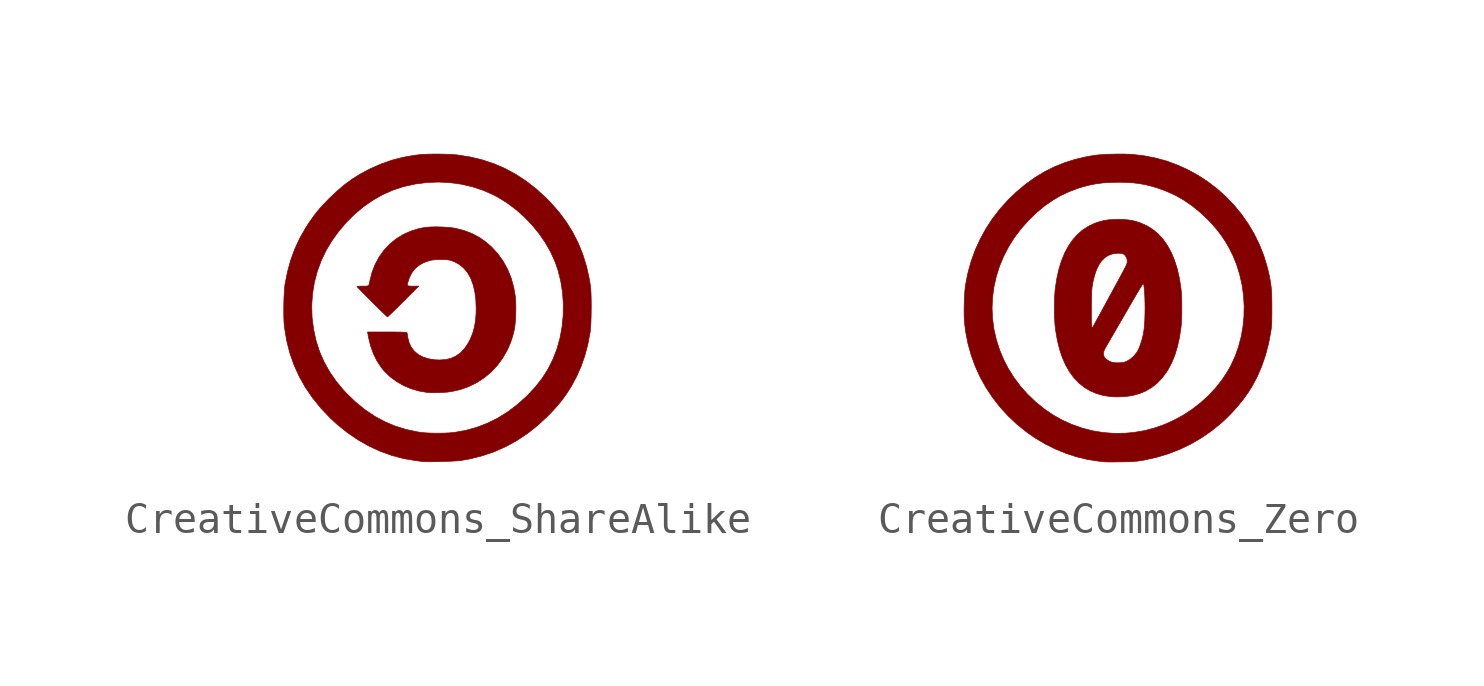
<source format=kicad_sym>
(kicad_symbol_lib
  (version 20211014)
  (generator kicad_symbol_editor)
  (symbol "CreativeCommons_ShareAlike"
    (pin_names
      (offset 1.016))
    (property "Reference" "G"
      (at 0 4.365 0)
      (effects (font (size 1.27 1.27)) hide))
    (symbol "CreativeCommons_ShareAlike_0_0"
      (polyline (pts (xy 0.015 -2.753) (xy 0.171 -2.746) (xy 0.319 -2.735) (xy 0.447 -2.718) (xy 0.447 -2.718) (xy 0.738 -2.653) (xy 1.014 -2.555) (xy 1.275 -2.426) (xy 1.518 -2.268) (xy 1.741 -2.082) (xy 1.94 -1.869) (xy 2.115 -1.632) (xy 2.263 -1.373) (xy 2.3 -1.295) (xy 2.379 -1.107) (xy 2.441 -0.918) (xy 2.493 -0.711) (xy 2.505 -0.64) (xy 2.52 -0.516) (xy 2.532 -0.371) (xy 2.54 -0.214) (xy 2.544 -0.054) (xy 2.543 0.101) (xy 2.538 0.242) (xy 2.529 0.359) (xy 2.475 0.669) (xy 2.391 0.973) (xy 2.276 1.256) (xy 2.131 1.519) (xy 1.956 1.762) (xy 1.751 1.984) (xy 1.577 2.137) (xy 1.36 2.289) (xy 1.127 2.413) (xy 0.874 2.51) (xy 0.596 2.584) (xy 0.571 2.59) (xy 0.447 2.608) (xy 0.3 2.621) (xy 0.14 2.63) (xy -0.024 2.634) (xy -0.182 2.632) (xy -0.324 2.624) (xy -0.439 2.611) (xy -0.615 2.575) (xy -0.88 2.493) (xy -1.127 2.38) (xy -1.353 2.239) (xy -1.558 2.071) (xy -1.74 1.878) (xy -1.896 1.66) (xy -2.026 1.421) (xy -2.128 1.161) (xy -2.199 0.882) (xy -2.203 0.862) (xy -2.217 0.793) (xy -2.23 0.748) (xy -2.251 0.723) (xy -2.286 0.712) (xy -2.343 0.709) (xy -2.429 0.709) (xy -2.489 0.708) (xy -2.556 0.706) (xy -2.601 0.701) (xy -2.618 0.696) (xy -2.607 0.681) (xy -2.573 0.644) (xy -2.52 0.588) (xy -2.451 0.517) (xy -2.369 0.434) (xy -2.278 0.342) (xy -2.182 0.246) (xy -2.084 0.148) (xy -1.987 0.052) (xy -1.895 -0.038) (xy -1.811 -0.12) (xy -1.739 -0.19) (xy -1.682 -0.244) (xy -1.644 -0.279) (xy -1.627 -0.291) (xy -1.626 -0.29) (xy -1.604 -0.272) (xy -1.56 -0.232) (xy -1.496 -0.172) (xy -1.417 -0.095) (xy -1.324 -0.004) (xy -1.22 0.098) (xy -1.109 0.209) (xy -0.609 0.709) (xy -0.818 0.709) (xy -0.899 0.71) (xy -0.951 0.716) (xy -0.976 0.735) (xy -0.98 0.77) (xy -0.966 0.829) (xy -0.938 0.917) (xy -0.915 0.983) (xy -0.836 1.143) (xy -0.731 1.277) (xy -0.6 1.388) (xy -0.442 1.475) (xy -0.255 1.539) (xy -0.221 1.548) (xy -0.134 1.561) (xy -0.027 1.569) (xy 0.109 1.571) (xy 0.161 1.571) (xy 0.252 1.569) (xy 0.321 1.565) (xy 0.377 1.556) (xy 0.43 1.543) (xy 0.49 1.522) (xy 0.551 1.498) (xy 0.714 1.408) (xy 0.856 1.289) (xy 0.977 1.141) (xy 1.076 0.965) (xy 1.154 0.76) (xy 1.21 0.529) (xy 1.243 0.27) (xy 1.254 -0.015) (xy 1.251 -0.188) (xy 1.232 -0.421) (xy 1.195 -0.632) (xy 1.14 -0.826) (xy 1.065 -1.009) (xy 0.992 -1.148) (xy 0.877 -1.318) (xy 0.748 -1.455) (xy 0.604 -1.559) (xy 0.444 -1.633) (xy 0.266 -1.677) (xy 0.068 -1.691) (xy -0.094 -1.684) (xy -0.295 -1.652) (xy -0.472 -1.595) (xy -0.625 -1.514) (xy -0.751 -1.409) (xy -0.851 -1.282) (xy -0.923 -1.133) (xy -0.966 -0.962) (xy -0.967 -0.953) (xy -0.978 -0.886) (xy -0.987 -0.833) (xy -0.993 -0.804) (xy -0.997 -0.8) (xy -1.016 -0.795) (xy -1.055 -0.79) (xy -1.116 -0.787) (xy -1.202 -0.785) (xy -1.315 -0.783) (xy -1.459 -0.782) (xy -1.637 -0.782) (xy -2.274 -0.782) (xy -2.263 -0.85) (xy -2.242 -0.964) (xy -2.173 -1.242) (xy -2.081 -1.495) (xy -1.967 -1.724) (xy -1.828 -1.934) (xy -1.732 -2.051) (xy -1.55 -2.229) (xy -1.343 -2.384) (xy -1.115 -2.516) (xy -0.87 -2.621) (xy -0.612 -2.698) (xy -0.345 -2.744) (xy -0.272 -2.75) (xy -0.136 -2.755) (xy 0.015 -2.753)) (stroke (width 0.01) (type default) (color 0 0 0 0)) (fill (type outline)))
      (polyline (pts (xy -0.173 -4.996) (xy -0.043 -4.994) (xy 0.096 -4.991) (xy 0.236 -4.987) (xy 0.373 -4.982) (xy 0.499 -4.976) (xy 0.61 -4.97) (xy 0.699 -4.964) (xy 0.76 -4.957) (xy 1.062 -4.902) (xy 1.468 -4.799) (xy 1.856 -4.666) (xy 2.228 -4.5) (xy 2.586 -4.303) (xy 2.93 -4.073) (xy 3.262 -3.808) (xy 3.583 -3.51) (xy 3.7 -3.39) (xy 3.89 -3.182) (xy 4.057 -2.977) (xy 4.207 -2.766) (xy 4.348 -2.543) (xy 4.513 -2.238) (xy 4.662 -1.903) (xy 4.785 -1.551) (xy 4.883 -1.179) (xy 4.958 -0.782) (xy 4.967 -0.708) (xy 4.976 -0.593) (xy 4.983 -0.454) (xy 4.988 -0.297) (xy 4.991 -0.13) (xy 4.993 0.04) (xy 4.992 0.208) (xy 4.989 0.367) (xy 4.984 0.509) (xy 4.977 0.628) (xy 4.967 0.718) (xy 4.934 0.923) (xy 4.843 1.338) (xy 4.721 1.734) (xy 4.57 2.11) (xy 4.387 2.468) (xy 4.173 2.81) (xy 3.927 3.137) (xy 3.648 3.45) (xy 3.536 3.563) (xy 3.217 3.856) (xy 2.889 4.113) (xy 2.549 4.337) (xy 2.197 4.528) (xy 1.831 4.686) (xy 1.449 4.812) (xy 1.052 4.907) (xy 0.636 4.972) (xy 0.519 4.982) (xy 0.372 4.991) (xy 0.207 4.996) (xy 0.034 4.999) (xy -0.138 4.999) (xy -0.301 4.996) (xy -0.446 4.99) (xy -0.564 4.981) (xy -0.75 4.959) (xy -1.123 4.894) (xy -1.479 4.802) (xy -1.827 4.681) (xy -2.173 4.529) (xy -2.238 4.497) (xy -2.514 4.349) (xy -2.771 4.188) (xy -3.016 4.009) (xy -3.257 3.806) (xy -3.501 3.574) (xy -3.57 3.504) (xy -3.7 3.37) (xy -3.812 3.248) (xy -3.911 3.131) (xy -4.005 3.01) (xy -4.099 2.88) (xy -4.201 2.731) (xy -4.293 2.588) (xy -4.482 2.254) (xy -4.641 1.91) (xy -4.772 1.551) (xy -4.876 1.173) (xy -4.956 0.771) (xy -4.961 0.735) (xy -4.972 0.627) (xy -4.981 0.494) (xy -4.989 0.342) (xy -4.994 0.179) (xy -4.996 0.087) (xy -4.088 0.087) (xy -4.062 0.459) (xy -4.003 0.827) (xy -3.909 1.185) (xy -3.781 1.534) (xy -3.621 1.869) (xy -3.429 2.189) (xy -3.215 2.484) (xy -2.964 2.779) (xy -2.695 3.047) (xy -2.408 3.287) (xy -2.107 3.497) (xy -1.793 3.676) (xy -1.468 3.822) (xy -1.135 3.934) (xy -1.09 3.946) (xy -0.722 4.027) (xy -0.348 4.075) (xy 0.027 4.09) (xy 0.4 4.071) (xy 0.768 4.021) (xy 1.128 3.938) (xy 1.476 3.824) (xy 1.809 3.677) (xy 1.956 3.6) (xy 2.26 3.412) (xy 2.55 3.195) (xy 2.823 2.952) (xy 3.077 2.687) (xy 3.307 2.404) (xy 3.51 2.106) (xy 3.684 1.797) (xy 3.826 1.479) (xy 3.919 1.205) (xy 4.005 0.855) (xy 4.061 0.494) (xy 4.086 0.125) (xy 4.081 -0.246) (xy 4.045 -0.615) (xy 3.978 -0.977) (xy 3.88 -1.327) (xy 3.872 -1.352) (xy 3.744 -1.678) (xy 3.588 -1.987) (xy 3.401 -2.282) (xy 3.181 -2.564) (xy 2.928 -2.836) (xy 2.894 -2.869) (xy 2.593 -3.14) (xy 2.281 -3.376) (xy 1.957 -3.578) (xy 1.621 -3.745) (xy 1.274 -3.879) (xy 0.913 -3.979) (xy 0.54 -4.045) (xy 0.52 -4.047) (xy 0.39 -4.059) (xy 0.237 -4.066) (xy 0.07 -4.07) (xy -0.1 -4.07) (xy -0.264 -4.065) (xy -0.411 -4.057) (xy -0.531 -4.045) (xy -0.668 -4.024) (xy -1.036 -3.945) (xy -1.388 -3.834) (xy -1.724 -3.692) (xy -2.048 -3.516) (xy -2.358 -3.307) (xy -2.658 -3.064) (xy -2.947 -2.786) (xy -3.042 -2.685) (xy -3.29 -2.389) (xy -3.503 -2.081) (xy -3.683 -1.761) (xy -3.83 -1.428) (xy -3.943 -1.08) (xy -4.024 -0.717) (xy -4.074 -0.336) (xy -4.078 -0.288) (xy -4.088 0.087) (xy -4.996 0.087) (xy -4.997 0.013) (xy -4.997 -0.149) (xy -4.995 -0.301) (xy -4.99 -0.433) (xy -4.983 -0.54) (xy -4.97 -0.65) (xy -4.902 -1.064) (xy -4.801 -1.463) (xy -4.666 -1.849) (xy -4.498 -2.22) (xy -4.297 -2.579) (xy -4.061 -2.923) (xy -3.792 -3.255) (xy -3.489 -3.574) (xy -3.262 -3.784) (xy -2.93 -4.051) (xy -2.585 -4.286) (xy -2.228 -4.489) (xy -1.859 -4.659) (xy -1.481 -4.795) (xy -1.094 -4.896) (xy -0.7 -4.962) (xy -0.669 -4.966) (xy -0.592 -4.976) (xy -0.529 -4.984) (xy -0.491 -4.989) (xy -0.458 -4.993) (xy -0.387 -4.995) (xy -0.29 -4.996) (xy -0.173 -4.996)) (stroke (width 0.01) (type default) (color 0 0 0 0)) (fill (type outline)))))
  (symbol "CreativeCommons_Zero"
    (pin_names
      (offset 1.016))
    (property "Reference" "G"
      (at 0 4.367 0)
      (effects (font (size 1.27 1.27)) hide))
    (symbol "CreativeCommons_Zero_0_0"
      (polyline (pts (xy 0.163 -2.877) (xy 0.312 -2.863) (xy 0.442 -2.843) (xy 0.472 -2.837) (xy 0.698 -2.775) (xy 0.905 -2.688) (xy 1.095 -2.575) (xy 1.269 -2.437) (xy 1.427 -2.271) (xy 1.572 -2.078) (xy 1.626 -1.993) (xy 1.743 -1.771) (xy 1.843 -1.525) (xy 1.926 -1.253) (xy 1.992 -0.956) (xy 2.041 -0.633) (xy 2.045 -0.595) (xy 2.056 -0.463) (xy 2.063 -0.31) (xy 2.067 -0.144) (xy 2.068 0.029) (xy 2.066 0.201) (xy 2.061 0.363) (xy 2.053 0.51) (xy 2.041 0.633) (xy 2.035 0.681) (xy 1.982 1.004) (xy 1.912 1.302) (xy 1.824 1.575) (xy 1.718 1.822) (xy 1.595 2.044) (xy 1.455 2.24) (xy 1.298 2.411) (xy 1.123 2.555) (xy 0.931 2.674) (xy 0.722 2.767) (xy 0.6 2.807) (xy 0.466 2.841) (xy 0.327 2.863) (xy 0.174 2.876) (xy 0 2.88) (xy -0.165 2.876) (xy -0.316 2.865) (xy -0.454 2.843) (xy -0.587 2.811) (xy -0.724 2.766) (xy -0.77 2.748) (xy -0.974 2.652) (xy -1.161 2.529) (xy -1.331 2.379) (xy -1.484 2.204) (xy -1.621 2.003) (xy -1.74 1.778) (xy -1.842 1.526) (xy -1.926 1.251) (xy -1.993 0.95) (xy -2.042 0.625) (xy -2.052 0.515) (xy -2.062 0.362) (xy -2.067 0.193) (xy -2.069 0.015) (xy -2.068 -0.142) (xy -0.868 -0.142) (xy -0.868 -0.016) (xy -0.867 0.113) (xy -0.865 0.238) (xy -0.863 0.358) (xy -0.86 0.466) (xy -0.856 0.559) (xy -0.851 0.631) (xy -0.846 0.68) (xy -0.817 0.848) (xy -0.765 1.062) (xy -0.701 1.246) (xy -0.625 1.403) (xy -0.536 1.532) (xy -0.434 1.634) (xy -0.32 1.709) (xy -0.191 1.756) (xy -0.05 1.778) (xy -0.019 1.779) (xy 0.066 1.78) (xy 0.128 1.773) (xy 0.175 1.756) (xy 0.212 1.726) (xy 0.246 1.682) (xy 0.283 1.612) (xy 0.298 1.533) (xy 0.287 1.449) (xy 0.248 1.354) (xy 0.245 1.347) (xy 0.224 1.308) (xy 0.191 1.246) (xy 0.146 1.161) (xy 0.09 1.058) (xy 0.026 0.939) (xy -0.046 0.806) (xy -0.124 0.662) (xy -0.207 0.51) (xy -0.293 0.352) (xy -0.326 0.291) (xy -0.41 0.137) (xy -0.489 -0.009) (xy -0.563 -0.145) (xy -0.63 -0.267) (xy -0.689 -0.375) (xy -0.738 -0.464) (xy -0.776 -0.533) (xy -0.801 -0.58) (xy -0.814 -0.601) (xy -0.842 -0.647) (xy -0.855 -0.601) (xy -0.858 -0.585) (xy -0.861 -0.536) (xy -0.864 -0.463) (xy -0.867 -0.37) (xy -0.868 -0.261) (xy -0.868 -0.142) (xy -2.068 -0.142) (xy -2.068 -0.164) (xy -2.063 -0.336) (xy -2.054 -0.492) (xy -2.042 -0.625) (xy -2.027 -0.737) (xy -1.972 -1.054) (xy -1.899 -1.346) (xy -1.842 -1.517) (xy -0.477 -1.517) (xy -0.475 -1.436) (xy -0.442 -1.348) (xy -0.441 -1.345) (xy -0.425 -1.316) (xy -0.395 -1.263) (xy -0.352 -1.188) (xy -0.297 -1.093) (xy -0.232 -0.98) (xy -0.158 -0.852) (xy -0.076 -0.71) (xy 0.012 -0.557) (xy 0.106 -0.396) (xy 0.204 -0.227) (xy 0.231 -0.181) (xy 0.34 0.008) (xy 0.435 0.171) (xy 0.516 0.311) (xy 0.586 0.43) (xy 0.644 0.528) (xy 0.691 0.608) (xy 0.73 0.671) (xy 0.76 0.719) (xy 0.783 0.754) (xy 0.8 0.777) (xy 0.812 0.79) (xy 0.821 0.794) (xy 0.826 0.792) (xy 0.829 0.784) (xy 0.831 0.773) (xy 0.832 0.764) (xy 0.848 0.644) (xy 0.86 0.5) (xy 0.868 0.338) (xy 0.873 0.164) (xy 0.875 -0.015) (xy 0.872 -0.194) (xy 0.867 -0.366) (xy 0.858 -0.525) (xy 0.845 -0.666) (xy 0.829 -0.781) (xy 0.808 -0.89) (xy 0.77 -1.041) (xy 0.725 -1.182) (xy 0.677 -1.307) (xy 0.626 -1.407) (xy 0.595 -1.455) (xy 0.505 -1.563) (xy 0.4 -1.655) (xy 0.287 -1.723) (xy 0.259 -1.736) (xy 0.209 -1.755) (xy 0.161 -1.766) (xy 0.103 -1.773) (xy 0.025 -1.777) (xy -0.028 -1.778) (xy -0.126 -1.773) (xy -0.206 -1.757) (xy -0.279 -1.728) (xy -0.352 -1.684) (xy -0.391 -1.655) (xy -0.449 -1.589) (xy -0.477 -1.517) (xy -1.842 -1.517) (xy -1.809 -1.614) (xy -1.701 -1.857) (xy -1.575 -2.075) (xy -1.433 -2.267) (xy -1.273 -2.434) (xy -1.097 -2.575) (xy -0.904 -2.69) (xy -0.694 -2.778) (xy -0.469 -2.841) (xy -0.227 -2.876) (xy -0.141 -2.882) (xy 0.008 -2.883) (xy 0.163 -2.877)) (stroke (width 0.01) (type default) (color 0 0 0 0)) (fill (type outline)))
      (polyline (pts (xy -0.064 -4.995) (xy 0.055 -4.994) (xy 0.147 -4.993) (xy 0.28 -4.991) (xy 0.391 -4.987) (xy 0.484 -4.983) (xy 0.565 -4.976) (xy 0.639 -4.968) (xy 0.712 -4.958) (xy 0.845 -4.936) (xy 1.241 -4.848) (xy 1.625 -4.733) (xy 1.997 -4.589) (xy 2.354 -4.418) (xy 2.697 -4.219) (xy 3.025 -3.994) (xy 3.335 -3.743) (xy 3.445 -3.644) (xy 3.661 -3.432) (xy 3.865 -3.208) (xy 4.054 -2.977) (xy 4.222 -2.744) (xy 4.364 -2.517) (xy 4.509 -2.243) (xy 4.659 -1.899) (xy 4.784 -1.536) (xy 4.884 -1.157) (xy 4.959 -0.762) (xy 4.964 -0.724) (xy 4.973 -0.661) (xy 4.979 -0.6) (xy 4.984 -0.536) (xy 4.988 -0.463) (xy 4.99 -0.378) (xy 4.992 -0.276) (xy 4.993 -0.151) (xy 4.993 0) (xy 4.993 0.018) (xy 4.992 0.196) (xy 4.99 0.348) (xy 4.985 0.481) (xy 4.977 0.6) (xy 4.966 0.712) (xy 4.952 0.82) (xy 4.932 0.932) (xy 4.908 1.053) (xy 4.878 1.188) (xy 4.838 1.347) (xy 4.726 1.713) (xy 4.585 2.068) (xy 4.417 2.409) (xy 4.223 2.737) (xy 4.005 3.048) (xy 3.763 3.342) (xy 3.499 3.618) (xy 3.213 3.873) (xy 2.908 4.106) (xy 2.584 4.317) (xy 2.243 4.502) (xy 2.23 4.508) (xy 1.901 4.655) (xy 1.568 4.776) (xy 1.226 4.87) (xy 0.87 4.94) (xy 0.497 4.987) (xy 0.489 4.988) (xy 0.373 4.995) (xy 0.235 5) (xy 0.082 5.001) (xy -0.08 5) (xy -0.244 4.996) (xy -0.404 4.989) (xy -0.553 4.98) (xy -0.683 4.969) (xy -0.789 4.956) (xy -1.031 4.914) (xy -1.398 4.828) (xy -1.746 4.718) (xy -2.08 4.583) (xy -2.4 4.421) (xy -2.71 4.232) (xy -3.012 4.014) (xy -3.308 3.765) (xy -3.565 3.519) (xy -3.832 3.224) (xy -4.074 2.911) (xy -4.29 2.582) (xy -4.479 2.239) (xy -4.641 1.882) (xy -4.775 1.512) (xy -4.88 1.132) (xy -4.956 0.743) (xy -4.965 0.673) (xy -4.977 0.547) (xy -4.987 0.402) (xy -4.994 0.245) (xy -4.999 0.082) (xy -5 -0.008) (xy -4.093 -0.008) (xy -4.079 0.336) (xy -4.033 0.682) (xy -3.957 1.024) (xy -3.852 1.357) (xy -3.717 1.681) (xy -3.554 1.995) (xy -3.364 2.296) (xy -3.145 2.584) (xy -2.901 2.857) (xy -2.884 2.874) (xy -2.638 3.11) (xy -2.389 3.317) (xy -2.133 3.496) (xy -1.868 3.651) (xy -1.591 3.781) (xy -1.299 3.891) (xy -1.163 3.934) (xy -0.944 3.991) (xy -0.726 4.034) (xy -0.501 4.064) (xy -0.261 4.08) (xy 0 4.086) (xy 0.017 4.086) (xy 0.261 4.081) (xy 0.482 4.067) (xy 0.689 4.042) (xy 0.889 4.006) (xy 1.089 3.956) (xy 1.297 3.893) (xy 1.586 3.786) (xy 1.869 3.656) (xy 2.137 3.503) (xy 2.394 3.327) (xy 2.645 3.124) (xy 2.893 2.893) (xy 3.03 2.75) (xy 3.194 2.564) (xy 3.34 2.375) (xy 3.473 2.177) (xy 3.599 1.962) (xy 3.725 1.711) (xy 3.852 1.4) (xy 3.951 1.077) (xy 4.025 0.747) (xy 4.072 0.41) (xy 4.092 0.07) (xy 4.086 -0.269) (xy 4.053 -0.607) (xy 3.994 -0.938) (xy 3.908 -1.262) (xy 3.795 -1.576) (xy 3.656 -1.876) (xy 3.552 -2.06) (xy 3.367 -2.341) (xy 3.156 -2.606) (xy 2.923 -2.853) (xy 2.67 -3.082) (xy 2.398 -3.291) (xy 2.111 -3.479) (xy 1.809 -3.643) (xy 1.496 -3.783) (xy 1.173 -3.896) (xy 0.842 -3.982) (xy 0.507 -4.039) (xy 0.212 -4.065) (xy -0.14 -4.068) (xy -0.489 -4.041) (xy -0.833 -3.984) (xy -1.169 -3.897) (xy -1.497 -3.781) (xy -1.815 -3.638) (xy -2.12 -3.466) (xy -2.411 -3.266) (xy -2.684 -3.044) (xy -2.941 -2.797) (xy -3.175 -2.534) (xy -3.383 -2.255) (xy -3.567 -1.963) (xy -3.724 -1.658) (xy -3.854 -1.343) (xy -3.957 -1.019) (xy -4.032 -0.687) (xy -4.077 -0.35) (xy -4.093 -0.008) (xy -5 -0.008) (xy -5.001 -0.079) (xy -5 -0.23) (xy -4.995 -0.366) (xy -4.987 -0.479) (xy -4.952 -0.764) (xy -4.877 -1.149) (xy -4.773 -1.524) (xy -4.641 -1.888) (xy -4.481 -2.239) (xy -4.293 -2.577) (xy -4.08 -2.9) (xy -3.841 -3.208) (xy -3.576 -3.498) (xy -3.288 -3.77) (xy -2.975 -4.023) (xy -2.697 -4.217) (xy -2.374 -4.409) (xy -2.04 -4.576) (xy -1.696 -4.717) (xy -1.347 -4.83) (xy -0.994 -4.915) (xy -0.641 -4.97) (xy -0.608 -4.973) (xy -0.539 -4.981) (xy -0.482 -4.988) (xy -0.446 -4.993) (xy -0.443 -4.993) (xy -0.41 -4.994) (xy -0.351 -4.995) (xy -0.271 -4.996) (xy -0.174 -4.996) (xy -0.064 -4.995)) (stroke (width 0.01) (type default) (color 0 0 0 0)) (fill (type outline))))))
</source>
